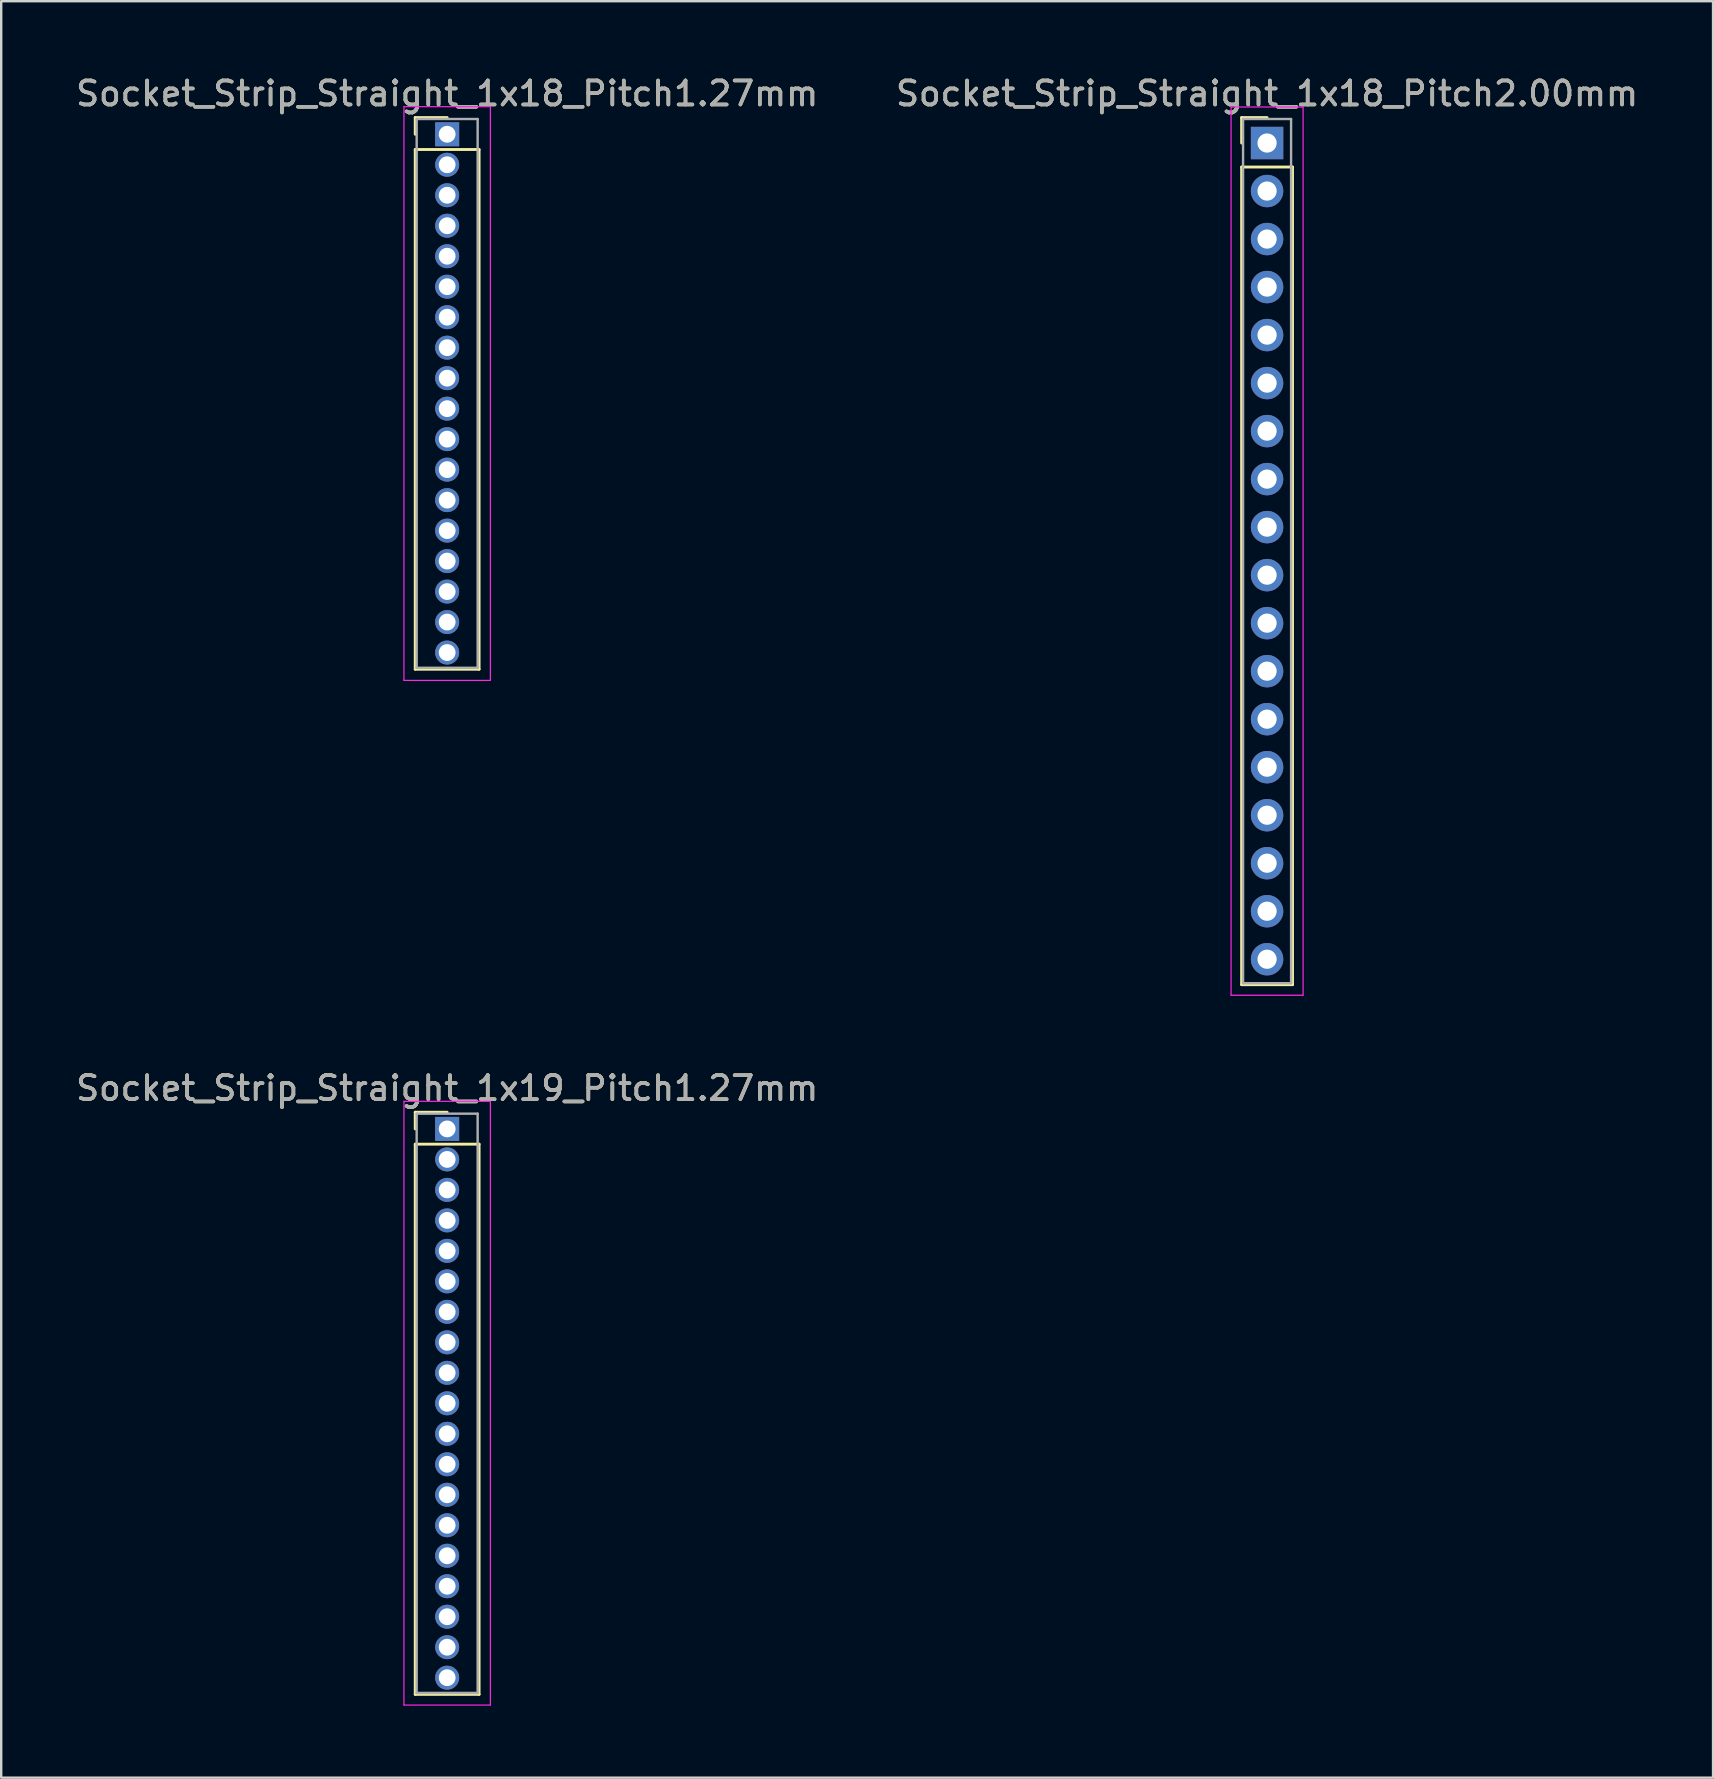
<source format=kicad_pcb>
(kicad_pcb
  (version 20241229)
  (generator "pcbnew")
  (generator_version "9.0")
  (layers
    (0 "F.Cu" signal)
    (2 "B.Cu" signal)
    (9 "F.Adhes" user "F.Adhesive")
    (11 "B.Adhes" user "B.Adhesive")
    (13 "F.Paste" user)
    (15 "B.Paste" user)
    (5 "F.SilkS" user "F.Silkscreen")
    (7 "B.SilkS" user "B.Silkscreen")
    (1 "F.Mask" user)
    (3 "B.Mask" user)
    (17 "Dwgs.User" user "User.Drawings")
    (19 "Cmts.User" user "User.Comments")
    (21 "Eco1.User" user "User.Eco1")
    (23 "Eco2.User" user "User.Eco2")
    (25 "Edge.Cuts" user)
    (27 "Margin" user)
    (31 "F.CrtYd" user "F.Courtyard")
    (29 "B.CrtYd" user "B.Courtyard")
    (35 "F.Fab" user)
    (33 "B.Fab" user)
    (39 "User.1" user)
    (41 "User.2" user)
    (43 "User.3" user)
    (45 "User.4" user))
  (footprint "Socket_Strip_Straight_1x18_Pitch1.27mm"
    (layer "F.Cu")
    (at 15.577 2.543)
    (property "Reference" "Socket_Strip_Straight_1x18_Pitch1.27mm" (at 0 -1.695 0) (layer "F.SilkS") (effects (font (size 1 1) (thickness 0.15))))
    (attr through_hole)
    (fp_line (start -1.33 -0.695) (end 0 -0.695) (stroke (width 0.12) (type solid)) (layer "F.SilkS"))
    (fp_line (start -1.33 0) (end -1.33 -0.695) (stroke (width 0.12) (type solid)) (layer "F.SilkS"))
    (fp_line (start -1.33 0.635) (end -1.33 22.285) (stroke (width 0.12) (type solid)) (layer "F.SilkS"))
    (fp_line (start -1.33 22.285) (end 1.33 22.285) (stroke (width 0.12) (type solid)) (layer "F.SilkS"))
    (fp_line (start 1.33 0.635) (end -1.33 0.635) (stroke (width 0.12) (type solid)) (layer "F.SilkS"))
    (fp_line (start 1.33 22.285) (end 1.33 0.635) (stroke (width 0.12) (type solid)) (layer "F.SilkS"))
    (fp_line (start -1.8 -1.15) (end -1.8 22.75) (stroke (width 0.05) (type solid)) (layer "F.CrtYd"))
    (fp_line (start -1.8 22.75) (end 1.8 22.75) (stroke (width 0.05) (type solid)) (layer "F.CrtYd"))
    (fp_line (start 1.8 -1.15) (end -1.8 -1.15) (stroke (width 0.05) (type solid)) (layer "F.CrtYd"))
    (fp_line (start 1.8 22.75) (end 1.8 -1.15) (stroke (width 0.05) (type solid)) (layer "F.CrtYd"))
    (fp_line (start -1.27 -0.635) (end -1.27 22.225) (stroke (width 0.1) (type solid)) (layer "F.Fab"))
    (fp_line (start -1.27 22.225) (end 1.27 22.225) (stroke (width 0.1) (type solid)) (layer "F.Fab"))
    (fp_line (start 1.27 -0.635) (end -1.27 -0.635) (stroke (width 0.1) (type solid)) (layer "F.Fab"))
    (fp_line (start 1.27 22.225) (end 1.27 -0.635) (stroke (width 0.1) (type solid)) (layer "F.Fab"))
    (fp_text user "${REFERENCE}" (at 0 -1.695 0) (layer "F.Fab") (effects (font (size 1 1) (thickness 0.15))))
    (pad "1" thru_hole rect (at 0 0) (size 1 1) (drill 0.7) (layers "*.Cu" "*.Mask"))
    (pad "2" thru_hole oval (at 0 1.27) (size 1 1) (drill 0.7) (layers "*.Cu" "*.Mask"))
    (pad "3" thru_hole oval (at 0 2.54) (size 1 1) (drill 0.7) (layers "*.Cu" "*.Mask"))
    (pad "4" thru_hole oval (at 0 3.81) (size 1 1) (drill 0.7) (layers "*.Cu" "*.Mask"))
    (pad "5" thru_hole oval (at 0 5.08) (size 1 1) (drill 0.7) (layers "*.Cu" "*.Mask"))
    (pad "6" thru_hole oval (at 0 6.35) (size 1 1) (drill 0.7) (layers "*.Cu" "*.Mask"))
    (pad "7" thru_hole oval (at 0 7.62) (size 1 1) (drill 0.7) (layers "*.Cu" "*.Mask"))
    (pad "8" thru_hole oval (at 0 8.89) (size 1 1) (drill 0.7) (layers "*.Cu" "*.Mask"))
    (pad "9" thru_hole oval (at 0 10.16) (size 1 1) (drill 0.7) (layers "*.Cu" "*.Mask"))
    (pad "10" thru_hole oval (at 0 11.43) (size 1 1) (drill 0.7) (layers "*.Cu" "*.Mask"))
    (pad "11" thru_hole oval (at 0 12.7) (size 1 1) (drill 0.7) (layers "*.Cu" "*.Mask"))
    (pad "12" thru_hole oval (at 0 13.97) (size 1 1) (drill 0.7) (layers "*.Cu" "*.Mask"))
    (pad "13" thru_hole oval (at 0 15.24) (size 1 1) (drill 0.7) (layers "*.Cu" "*.Mask"))
    (pad "14" thru_hole oval (at 0 16.51) (size 1 1) (drill 0.7) (layers "*.Cu" "*.Mask"))
    (pad "15" thru_hole oval (at 0 17.78) (size 1 1) (drill 0.7) (layers "*.Cu" "*.Mask"))
    (pad "16" thru_hole oval (at 0 19.05) (size 1 1) (drill 0.7) (layers "*.Cu" "*.Mask"))
    (pad "17" thru_hole oval (at 0 20.32) (size 1 1) (drill 0.7) (layers "*.Cu" "*.Mask"))
    (pad "18" thru_hole oval (at 0 21.59) (size 1 1) (drill 0.7) (layers "*.Cu" "*.Mask")))
  (footprint "Socket_Strip_Straight_1x19_Pitch1.27mm"
    (layer "F.Cu")
    (at 15.577 43.977)
    (property "Reference" "Socket_Strip_Straight_1x19_Pitch1.27mm" (at 0 -1.695 0) (layer "F.SilkS") (effects (font (size 1 1) (thickness 0.15))))
    (attr through_hole)
    (fp_line (start -1.33 -0.695) (end 0 -0.695) (stroke (width 0.12) (type solid)) (layer "F.SilkS"))
    (fp_line (start -1.33 0) (end -1.33 -0.695) (stroke (width 0.12) (type solid)) (layer "F.SilkS"))
    (fp_line (start -1.33 0.635) (end -1.33 23.555) (stroke (width 0.12) (type solid)) (layer "F.SilkS"))
    (fp_line (start -1.33 23.555) (end 1.33 23.555) (stroke (width 0.12) (type solid)) (layer "F.SilkS"))
    (fp_line (start 1.33 0.635) (end -1.33 0.635) (stroke (width 0.12) (type solid)) (layer "F.SilkS"))
    (fp_line (start 1.33 23.555) (end 1.33 0.635) (stroke (width 0.12) (type solid)) (layer "F.SilkS"))
    (fp_line (start -1.8 -1.15) (end -1.8 24) (stroke (width 0.05) (type solid)) (layer "F.CrtYd"))
    (fp_line (start -1.8 24) (end 1.8 24) (stroke (width 0.05) (type solid)) (layer "F.CrtYd"))
    (fp_line (start 1.8 -1.15) (end -1.8 -1.15) (stroke (width 0.05) (type solid)) (layer "F.CrtYd"))
    (fp_line (start 1.8 24) (end 1.8 -1.15) (stroke (width 0.05) (type solid)) (layer "F.CrtYd"))
    (fp_line (start -1.27 -0.635) (end -1.27 23.495) (stroke (width 0.1) (type solid)) (layer "F.Fab"))
    (fp_line (start -1.27 23.495) (end 1.27 23.495) (stroke (width 0.1) (type solid)) (layer "F.Fab"))
    (fp_line (start 1.27 -0.635) (end -1.27 -0.635) (stroke (width 0.1) (type solid)) (layer "F.Fab"))
    (fp_line (start 1.27 23.495) (end 1.27 -0.635) (stroke (width 0.1) (type solid)) (layer "F.Fab"))
    (fp_text user "${REFERENCE}" (at 0 -1.695 0) (layer "F.Fab") (effects (font (size 1 1) (thickness 0.15))))
    (pad "1" thru_hole rect (at 0 0) (size 1 1) (drill 0.7) (layers "*.Cu" "*.Mask"))
    (pad "2" thru_hole oval (at 0 1.27) (size 1 1) (drill 0.7) (layers "*.Cu" "*.Mask"))
    (pad "3" thru_hole oval (at 0 2.54) (size 1 1) (drill 0.7) (layers "*.Cu" "*.Mask"))
    (pad "4" thru_hole oval (at 0 3.81) (size 1 1) (drill 0.7) (layers "*.Cu" "*.Mask"))
    (pad "5" thru_hole oval (at 0 5.08) (size 1 1) (drill 0.7) (layers "*.Cu" "*.Mask"))
    (pad "6" thru_hole oval (at 0 6.35) (size 1 1) (drill 0.7) (layers "*.Cu" "*.Mask"))
    (pad "7" thru_hole oval (at 0 7.62) (size 1 1) (drill 0.7) (layers "*.Cu" "*.Mask"))
    (pad "8" thru_hole oval (at 0 8.89) (size 1 1) (drill 0.7) (layers "*.Cu" "*.Mask"))
    (pad "9" thru_hole oval (at 0 10.16) (size 1 1) (drill 0.7) (layers "*.Cu" "*.Mask"))
    (pad "10" thru_hole oval (at 0 11.43) (size 1 1) (drill 0.7) (layers "*.Cu" "*.Mask"))
    (pad "11" thru_hole oval (at 0 12.7) (size 1 1) (drill 0.7) (layers "*.Cu" "*.Mask"))
    (pad "12" thru_hole oval (at 0 13.97) (size 1 1) (drill 0.7) (layers "*.Cu" "*.Mask"))
    (pad "13" thru_hole oval (at 0 15.24) (size 1 1) (drill 0.7) (layers "*.Cu" "*.Mask"))
    (pad "14" thru_hole oval (at 0 16.51) (size 1 1) (drill 0.7) (layers "*.Cu" "*.Mask"))
    (pad "15" thru_hole oval (at 0 17.78) (size 1 1) (drill 0.7) (layers "*.Cu" "*.Mask"))
    (pad "16" thru_hole oval (at 0 19.05) (size 1 1) (drill 0.7) (layers "*.Cu" "*.Mask"))
    (pad "17" thru_hole oval (at 0 20.32) (size 1 1) (drill 0.7) (layers "*.Cu" "*.Mask"))
    (pad "18" thru_hole oval (at 0 21.59) (size 1 1) (drill 0.7) (layers "*.Cu" "*.Mask"))
    (pad "19" thru_hole oval (at 0 22.86) (size 1 1) (drill 0.7) (layers "*.Cu" "*.Mask")))
  (footprint "Socket_Strip_Straight_1x18_Pitch2.00mm"
    (layer "F.Cu")
    (at 49.732 2.908)
    (property "Reference" "Socket_Strip_Straight_1x18_Pitch2.00mm" (at 0 -2.06 0) (layer "F.SilkS") (effects (font (size 1 1) (thickness 0.15))))
    (attr through_hole)
    (fp_line (start -1.06 -1.06) (end 0 -1.06) (stroke (width 0.12) (type solid)) (layer "F.SilkS"))
    (fp_line (start -1.06 0) (end -1.06 -1.06) (stroke (width 0.12) (type solid)) (layer "F.SilkS"))
    (fp_line (start -1.06 1) (end -1.06 35.06) (stroke (width 0.12) (type solid)) (layer "F.SilkS"))
    (fp_line (start -1.06 35.06) (end 1.06 35.06) (stroke (width 0.12) (type solid)) (layer "F.SilkS"))
    (fp_line (start 1.06 1) (end -1.06 1) (stroke (width 0.12) (type solid)) (layer "F.SilkS"))
    (fp_line (start 1.06 35.06) (end 1.06 1) (stroke (width 0.12) (type solid)) (layer "F.SilkS"))
    (fp_line (start -1.5 -1.5) (end -1.5 35.5) (stroke (width 0.05) (type solid)) (layer "F.CrtYd"))
    (fp_line (start -1.5 35.5) (end 1.5 35.5) (stroke (width 0.05) (type solid)) (layer "F.CrtYd"))
    (fp_line (start 1.5 -1.5) (end -1.5 -1.5) (stroke (width 0.05) (type solid)) (layer "F.CrtYd"))
    (fp_line (start 1.5 35.5) (end 1.5 -1.5) (stroke (width 0.05) (type solid)) (layer "F.CrtYd"))
    (fp_line (start -1 -1) (end -1 35) (stroke (width 0.1) (type solid)) (layer "F.Fab"))
    (fp_line (start -1 35) (end 1 35) (stroke (width 0.1) (type solid)) (layer "F.Fab"))
    (fp_line (start 1 -1) (end -1 -1) (stroke (width 0.1) (type solid)) (layer "F.Fab"))
    (fp_line (start 1 35) (end 1 -1) (stroke (width 0.1) (type solid)) (layer "F.Fab"))
    (fp_text user "${REFERENCE}" (at 0 -2.06 0) (layer "F.Fab") (effects (font (size 1 1) (thickness 0.15))))
    (pad "1" thru_hole rect (at 0 0) (size 1.35 1.35) (drill 0.8) (layers "*.Cu" "*.Mask"))
    (pad "2" thru_hole oval (at 0 2) (size 1.35 1.35) (drill 0.8) (layers "*.Cu" "*.Mask"))
    (pad "3" thru_hole oval (at 0 4) (size 1.35 1.35) (drill 0.8) (layers "*.Cu" "*.Mask"))
    (pad "4" thru_hole oval (at 0 6) (size 1.35 1.35) (drill 0.8) (layers "*.Cu" "*.Mask"))
    (pad "5" thru_hole oval (at 0 8) (size 1.35 1.35) (drill 0.8) (layers "*.Cu" "*.Mask"))
    (pad "6" thru_hole oval (at 0 10) (size 1.35 1.35) (drill 0.8) (layers "*.Cu" "*.Mask"))
    (pad "7" thru_hole oval (at 0 12) (size 1.35 1.35) (drill 0.8) (layers "*.Cu" "*.Mask"))
    (pad "8" thru_hole oval (at 0 14) (size 1.35 1.35) (drill 0.8) (layers "*.Cu" "*.Mask"))
    (pad "9" thru_hole oval (at 0 16) (size 1.35 1.35) (drill 0.8) (layers "*.Cu" "*.Mask"))
    (pad "10" thru_hole oval (at 0 18) (size 1.35 1.35) (drill 0.8) (layers "*.Cu" "*.Mask"))
    (pad "11" thru_hole oval (at 0 20) (size 1.35 1.35) (drill 0.8) (layers "*.Cu" "*.Mask"))
    (pad "12" thru_hole oval (at 0 22) (size 1.35 1.35) (drill 0.8) (layers "*.Cu" "*.Mask"))
    (pad "13" thru_hole oval (at 0 24) (size 1.35 1.35) (drill 0.8) (layers "*.Cu" "*.Mask"))
    (pad "14" thru_hole oval (at 0 26) (size 1.35 1.35) (drill 0.8) (layers "*.Cu" "*.Mask"))
    (pad "15" thru_hole oval (at 0 28) (size 1.35 1.35) (drill 0.8) (layers "*.Cu" "*.Mask"))
    (pad "16" thru_hole oval (at 0 30) (size 1.35 1.35) (drill 0.8) (layers "*.Cu" "*.Mask"))
    (pad "17" thru_hole oval (at 0 32) (size 1.35 1.35) (drill 0.8) (layers "*.Cu" "*.Mask"))
    (pad "18" thru_hole oval (at 0 34) (size 1.35 1.35) (drill 0.8) (layers "*.Cu" "*.Mask")))
  (gr_rect
    (start -3 -3)
    (end 68.31 71.001)
    (stroke (width 0.1) (type default))
    (fill no)
    (layer "Edge.Cuts")))
</source>
